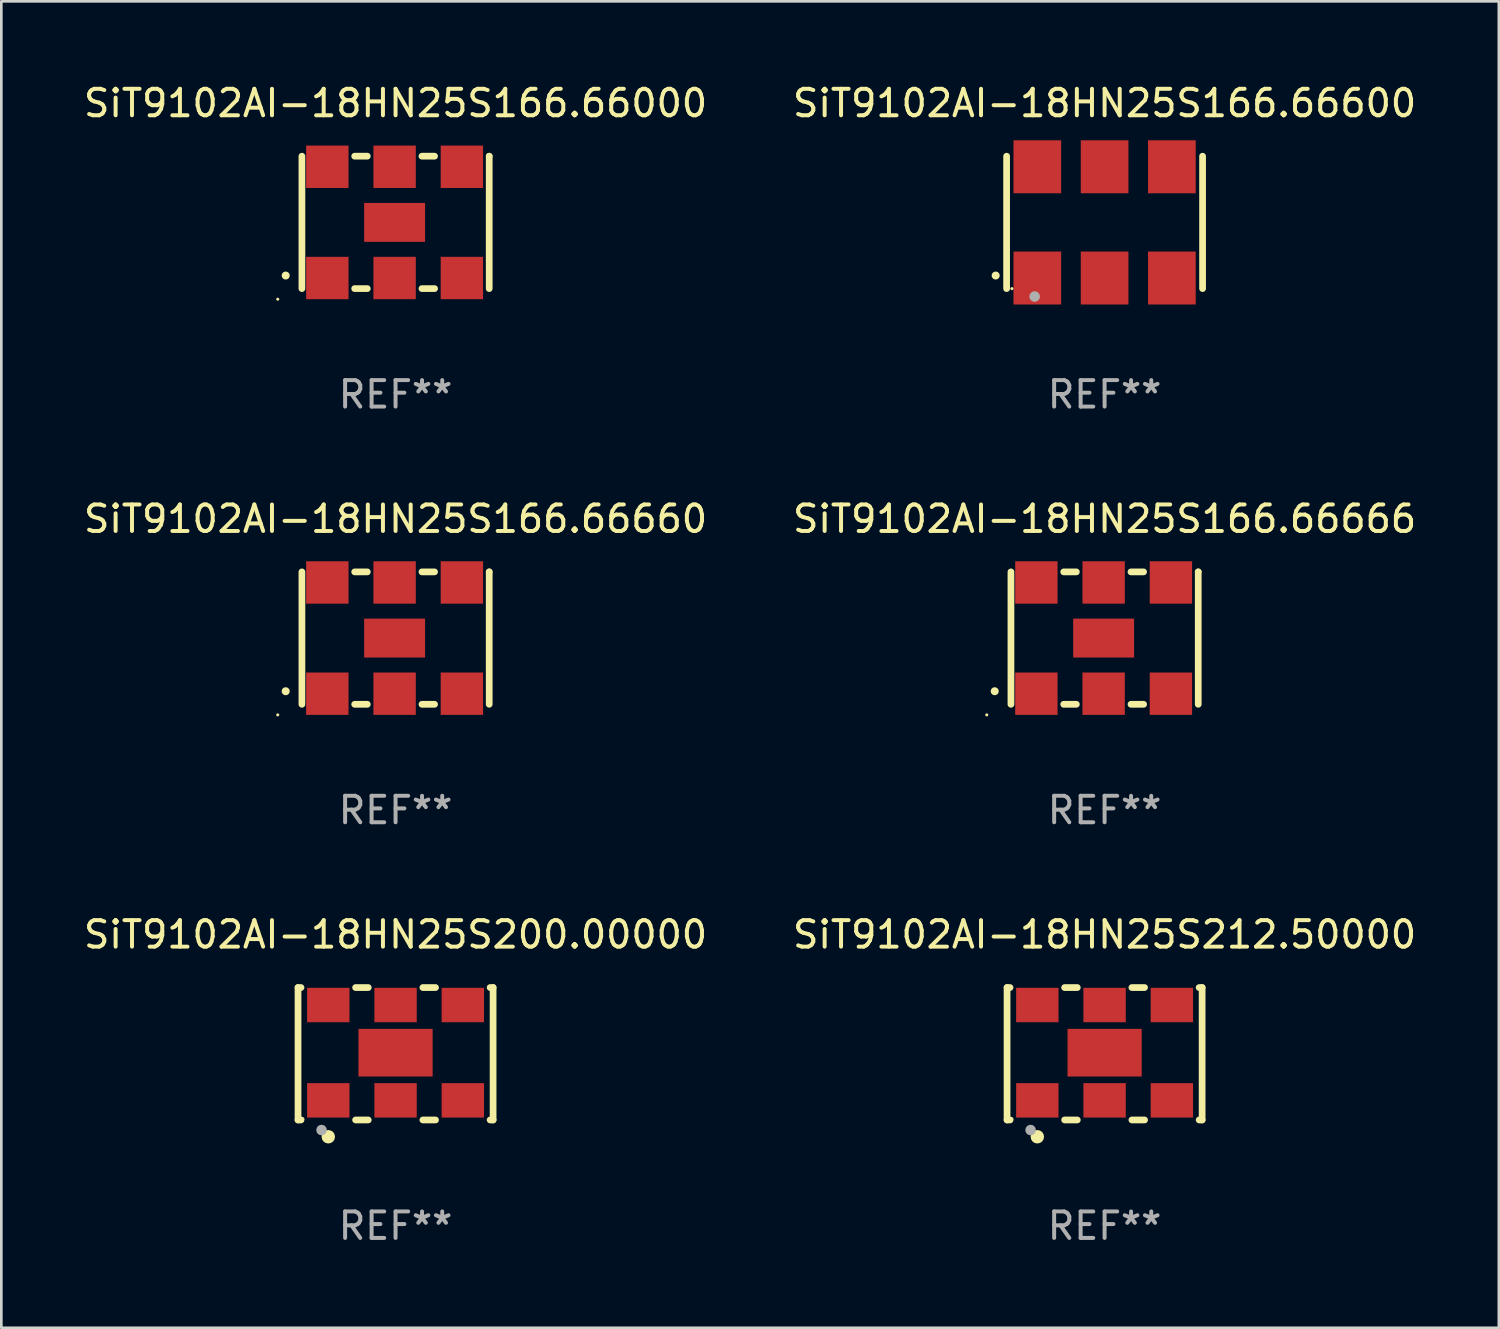
<source format=kicad_pcb>
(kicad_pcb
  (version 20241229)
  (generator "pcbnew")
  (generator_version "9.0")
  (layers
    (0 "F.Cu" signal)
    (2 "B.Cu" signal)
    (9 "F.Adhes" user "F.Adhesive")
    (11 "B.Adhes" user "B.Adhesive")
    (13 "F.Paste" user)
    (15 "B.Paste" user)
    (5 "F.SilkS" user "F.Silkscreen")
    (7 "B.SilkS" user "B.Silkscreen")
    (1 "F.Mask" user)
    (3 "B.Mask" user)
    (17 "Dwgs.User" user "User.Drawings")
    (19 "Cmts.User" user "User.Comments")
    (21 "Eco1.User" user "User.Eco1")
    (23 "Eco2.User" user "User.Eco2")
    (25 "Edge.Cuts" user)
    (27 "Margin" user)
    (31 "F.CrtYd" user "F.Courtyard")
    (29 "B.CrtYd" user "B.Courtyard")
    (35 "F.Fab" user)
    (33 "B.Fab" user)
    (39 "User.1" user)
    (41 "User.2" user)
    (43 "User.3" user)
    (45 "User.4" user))
  (footprint "SiT9102AI-18HN25S200.00000"
    (layer "F.Cu")
    (at 11.887 36.741)
    (property "Reference" "SiT9102AI-18HN25S200.00000" (at 0 -4.5 0) (layer "F.SilkS") (effects (font (size 1 1) (thickness 0.15))))
    (attr through_hole)
    (fp_line (start -3.683 -2.5) (end -3.571 -2.5) (stroke (width 0.254) (type solid)) (layer "F.SilkS"))
    (fp_line (start -3.683 2.5) (end -3.683 -2.5) (stroke (width 0.254) (type solid)) (layer "F.SilkS"))
    (fp_line (start -3.683 2.5) (end -3.571 2.5) (stroke (width 0.254) (type solid)) (layer "F.SilkS"))
    (fp_line (start -1.509 -2.5) (end -1.031 -2.5) (stroke (width 0.254) (type solid)) (layer "F.SilkS"))
    (fp_line (start -1.509 2.5) (end -1.031 2.5) (stroke (width 0.254) (type solid)) (layer "F.SilkS"))
    (fp_line (start 1.031 -2.5) (end 1.509 -2.5) (stroke (width 0.254) (type solid)) (layer "F.SilkS"))
    (fp_line (start 1.031 2.5) (end 1.509 2.5) (stroke (width 0.254) (type solid)) (layer "F.SilkS"))
    (fp_line (start 3.571 -2.5) (end 3.683 -2.5) (stroke (width 0.254) (type solid)) (layer "F.SilkS"))
    (fp_line (start 3.571 2.5) (end 3.683 2.5) (stroke (width 0.254) (type solid)) (layer "F.SilkS"))
    (fp_line (start 3.683 2.5) (end 3.683 -2.5) (stroke (width 0.254) (type solid)) (layer "F.SilkS"))
    (fp_circle (center -3.5 2.46) (end -3.47 2.46) (stroke (width 0.06) (type solid)) (fill no) (layer "F.SilkS"))
    (fp_circle (center -2.54 3.135) (end -2.413 3.135) (stroke (width 0.254) (type solid)) (fill no) (layer "F.SilkS"))
    (fp_circle (center -2.794 2.881) (end -2.694 2.881) (stroke (width 0.2) (type solid)) (fill no) (layer "F.Fab"))
    (fp_text user "REF**" (at 0 6.5 0) (layer "F.Fab") (effects (font (size 1 1) (thickness 0.15))))
    (pad "1" smd rect (at -2.54 1.76) (size 1.6 1.3) (layers "F.Cu" "F.Mask" "F.Paste"))
    (pad "2" smd rect (at 0 1.76) (size 1.6 1.3) (layers "F.Cu" "F.Mask" "F.Paste"))
    (pad "3" smd rect (at 2.54 1.76) (size 1.6 1.3) (layers "F.Cu" "F.Mask" "F.Paste"))
    (pad "4" smd rect (at 2.54 -1.84) (size 1.6 1.3) (layers "F.Cu" "F.Mask" "F.Paste"))
    (pad "5" smd rect (at 0 -1.84) (size 1.6 1.3) (layers "F.Cu" "F.Mask" "F.Paste"))
    (pad "6" smd rect (at -2.54 -1.84) (size 1.6 1.3) (layers "F.Cu" "F.Mask" "F.Paste"))
    (pad "7" smd rect (at 0 -0.04) (size 2.8 1.8) (layers "F.Cu" "F.Mask" "F.Paste")))
  (footprint "SiT9102AI-18HN25S166.66600"
    (layer "F.Cu")
    (at 38.661 5.348)
    (property "Reference" "SiT9102AI-18HN25S166.66600" (at 0 -4.5 0) (layer "F.SilkS") (effects (font (size 1 1) (thickness 0.15))))
    (attr through_hole)
    (fp_line (start -3.7 -2.5) (end -3.7 2.5) (stroke (width 0.254) (type solid)) (layer "F.SilkS"))
    (fp_line (start 3.7 -2.5) (end 3.7 2.5) (stroke (width 0.254) (type solid)) (layer "F.SilkS"))
    (fp_arc (start -4.114415 2.006604) (mid -4.113145 2.006599) (end -4.111875 2.006604) (stroke (width 0.3) (type solid)) (layer "F.SilkS"))
    (fp_circle (center -3.5 2.501) (end -3.47 2.501) (stroke (width 0.06) (type solid)) (fill no) (layer "F.SilkS"))
    (fp_circle (center -2.641 2.799) (end -2.541 2.799) (stroke (width 0.2) (type solid)) (fill no) (layer "F.Fab"))
    (fp_text user "REF**" (at 0 6.5 0) (layer "F.Fab") (effects (font (size 1 1) (thickness 0.15))))
    (pad "1" smd rect (at -2.54 2.1) (size 1.8 2) (layers "F.Cu" "F.Mask" "F.Paste"))
    (pad "2" smd rect (at 0.000394 2.1) (size 1.8 2) (layers "F.Cu" "F.Mask" "F.Paste"))
    (pad "3" smd rect (at 2.54 2.1) (size 1.8 2) (layers "F.Cu" "F.Mask" "F.Paste"))
    (pad "4" smd rect (at 2.54 -2.1) (size 1.8 2) (layers "F.Cu" "F.Mask" "F.Paste"))
    (pad "5" smd rect (at 0.000394 -2.1) (size 1.8 2) (layers "F.Cu" "F.Mask" "F.Paste"))
    (pad "6" smd rect (at -2.54 -2.1) (size 1.8 2) (layers "F.Cu" "F.Mask" "F.Paste")))
  (footprint "SiT9102AI-18HN25S166.66660"
    (layer "F.Cu")
    (at 11.887 21.045)
    (property "Reference" "SiT9102AI-18HN25S166.66660" (at 0 -4.5 0) (layer "F.SilkS") (effects (font (size 1 1) (thickness 0.15))))
    (attr through_hole)
    (fp_line (start -3.536 -2.5) (end -3.536 2.5) (stroke (width 0.254) (type solid)) (layer "F.SilkS"))
    (fp_line (start -1.544 2.5) (end -1.067 2.5) (stroke (width 0.254) (type solid)) (layer "F.SilkS"))
    (fp_line (start -1.067 -2.5) (end -1.544 -2.5) (stroke (width 0.254) (type solid)) (layer "F.SilkS"))
    (fp_line (start 0.996 2.5) (end 1.473 2.5) (stroke (width 0.254) (type solid)) (layer "F.SilkS"))
    (fp_line (start 1.473 -2.5) (end 0.996 -2.5) (stroke (width 0.254) (type solid)) (layer "F.SilkS"))
    (fp_line (start 3.536 -2.5) (end 3.536 -2.5) (stroke (width 0.254) (type solid)) (layer "F.SilkS"))
    (fp_line (start 3.536 2.5) (end 3.536 -2.5) (stroke (width 0.254) (type solid)) (layer "F.SilkS"))
    (fp_arc (start -4.150432 2.006604) (mid -4.149162 2.006599) (end -4.147892 2.006604) (stroke (width 0.3) (type solid)) (layer "F.SilkS"))
    (fp_circle (center -4.449 2.9) (end -4.419 2.9) (stroke (width 0.06) (type solid)) (fill no) (layer "F.SilkS"))
    (fp_text user "REF**" (at 0 6.5 0) (layer "F.Fab") (effects (font (size 1 1) (thickness 0.15))))
    (pad "1" smd rect (at -2.576 2.1) (size 1.6 1.6) (layers "F.Cu" "F.Mask" "F.Paste"))
    (pad "2" smd rect (at -0.036 2.1) (size 1.6 1.6) (layers "F.Cu" "F.Mask" "F.Paste"))
    (pad "3" smd rect (at 2.504 2.1) (size 1.6 1.6) (layers "F.Cu" "F.Mask" "F.Paste"))
    (pad "4" smd rect (at 2.504 -2.1) (size 1.6 1.6) (layers "F.Cu" "F.Mask" "F.Paste"))
    (pad "5" smd rect (at -0.036 -2.1) (size 1.6 1.6) (layers "F.Cu" "F.Mask" "F.Paste"))
    (pad "6" smd rect (at -2.576 -2.1) (size 1.6 1.6) (layers "F.Cu" "F.Mask" "F.Paste"))
    (pad "7" smd rect (at -0.036 0) (size 2.3 1.47) (layers "F.Cu" "F.Mask" "F.Paste")))
  (footprint "SiT9102AI-18HN25S166.66666"
    (layer "F.Cu")
    (at 38.661 21.045)
    (property "Reference" "SiT9102AI-18HN25S166.66666" (at 0 -4.5 0) (layer "F.SilkS") (effects (font (size 1 1) (thickness 0.15))))
    (attr through_hole)
    (fp_line (start -3.536 -2.5) (end -3.536 2.5) (stroke (width 0.254) (type solid)) (layer "F.SilkS"))
    (fp_line (start -1.544 2.5) (end -1.067 2.5) (stroke (width 0.254) (type solid)) (layer "F.SilkS"))
    (fp_line (start -1.067 -2.5) (end -1.544 -2.5) (stroke (width 0.254) (type solid)) (layer "F.SilkS"))
    (fp_line (start 0.996 2.5) (end 1.473 2.5) (stroke (width 0.254) (type solid)) (layer "F.SilkS"))
    (fp_line (start 1.473 -2.5) (end 0.996 -2.5) (stroke (width 0.254) (type solid)) (layer "F.SilkS"))
    (fp_line (start 3.536 -2.5) (end 3.536 -2.5) (stroke (width 0.254) (type solid)) (layer "F.SilkS"))
    (fp_line (start 3.536 2.5) (end 3.536 -2.5) (stroke (width 0.254) (type solid)) (layer "F.SilkS"))
    (fp_arc (start -4.150432 2.006604) (mid -4.149162 2.006599) (end -4.147892 2.006604) (stroke (width 0.3) (type solid)) (layer "F.SilkS"))
    (fp_circle (center -4.449 2.9) (end -4.419 2.9) (stroke (width 0.06) (type solid)) (fill no) (layer "F.SilkS"))
    (fp_text user "REF**" (at 0 6.5 0) (layer "F.Fab") (effects (font (size 1 1) (thickness 0.15))))
    (pad "1" smd rect (at -2.576 2.1) (size 1.6 1.6) (layers "F.Cu" "F.Mask" "F.Paste"))
    (pad "2" smd rect (at -0.036 2.1) (size 1.6 1.6) (layers "F.Cu" "F.Mask" "F.Paste"))
    (pad "3" smd rect (at 2.504 2.1) (size 1.6 1.6) (layers "F.Cu" "F.Mask" "F.Paste"))
    (pad "4" smd rect (at 2.504 -2.1) (size 1.6 1.6) (layers "F.Cu" "F.Mask" "F.Paste"))
    (pad "5" smd rect (at -0.036 -2.1) (size 1.6 1.6) (layers "F.Cu" "F.Mask" "F.Paste"))
    (pad "6" smd rect (at -2.576 -2.1) (size 1.6 1.6) (layers "F.Cu" "F.Mask" "F.Paste"))
    (pad "7" smd rect (at -0.036 0) (size 2.3 1.47) (layers "F.Cu" "F.Mask" "F.Paste")))
  (footprint "SiT9102AI-18HN25S166.66000"
    (layer "F.Cu")
    (at 11.887 5.348)
    (property "Reference" "SiT9102AI-18HN25S166.66000" (at 0 -4.5 0) (layer "F.SilkS") (effects (font (size 1 1) (thickness 0.15))))
    (attr through_hole)
    (fp_line (start -3.536 -2.5) (end -3.536 2.5) (stroke (width 0.254) (type solid)) (layer "F.SilkS"))
    (fp_line (start -1.544 2.5) (end -1.067 2.5) (stroke (width 0.254) (type solid)) (layer "F.SilkS"))
    (fp_line (start -1.067 -2.5) (end -1.544 -2.5) (stroke (width 0.254) (type solid)) (layer "F.SilkS"))
    (fp_line (start 0.996 2.5) (end 1.473 2.5) (stroke (width 0.254) (type solid)) (layer "F.SilkS"))
    (fp_line (start 1.473 -2.5) (end 0.996 -2.5) (stroke (width 0.254) (type solid)) (layer "F.SilkS"))
    (fp_line (start 3.536 -2.5) (end 3.536 -2.5) (stroke (width 0.254) (type solid)) (layer "F.SilkS"))
    (fp_line (start 3.536 2.5) (end 3.536 -2.5) (stroke (width 0.254) (type solid)) (layer "F.SilkS"))
    (fp_arc (start -4.150432 2.006604) (mid -4.149162 2.006599) (end -4.147892 2.006604) (stroke (width 0.3) (type solid)) (layer "F.SilkS"))
    (fp_circle (center -4.449 2.9) (end -4.419 2.9) (stroke (width 0.06) (type solid)) (fill no) (layer "F.SilkS"))
    (fp_text user "REF**" (at 0 6.5 0) (layer "F.Fab") (effects (font (size 1 1) (thickness 0.15))))
    (pad "1" smd rect (at -2.576 2.1) (size 1.6 1.6) (layers "F.Cu" "F.Mask" "F.Paste"))
    (pad "2" smd rect (at -0.036 2.1) (size 1.6 1.6) (layers "F.Cu" "F.Mask" "F.Paste"))
    (pad "3" smd rect (at 2.504 2.1) (size 1.6 1.6) (layers "F.Cu" "F.Mask" "F.Paste"))
    (pad "4" smd rect (at 2.504 -2.1) (size 1.6 1.6) (layers "F.Cu" "F.Mask" "F.Paste"))
    (pad "5" smd rect (at -0.036 -2.1) (size 1.6 1.6) (layers "F.Cu" "F.Mask" "F.Paste"))
    (pad "6" smd rect (at -2.576 -2.1) (size 1.6 1.6) (layers "F.Cu" "F.Mask" "F.Paste"))
    (pad "7" smd rect (at -0.036 0) (size 2.3 1.47) (layers "F.Cu" "F.Mask" "F.Paste")))
  (footprint "SiT9102AI-18HN25S212.50000"
    (layer "F.Cu")
    (at 38.661 36.741)
    (property "Reference" "SiT9102AI-18HN25S212.50000" (at 0 -4.5 0) (layer "F.SilkS") (effects (font (size 1 1) (thickness 0.15))))
    (attr through_hole)
    (fp_line (start -3.683 -2.5) (end -3.571 -2.5) (stroke (width 0.254) (type solid)) (layer "F.SilkS"))
    (fp_line (start -3.683 2.5) (end -3.683 -2.5) (stroke (width 0.254) (type solid)) (layer "F.SilkS"))
    (fp_line (start -3.683 2.5) (end -3.571 2.5) (stroke (width 0.254) (type solid)) (layer "F.SilkS"))
    (fp_line (start -1.509 -2.5) (end -1.031 -2.5) (stroke (width 0.254) (type solid)) (layer "F.SilkS"))
    (fp_line (start -1.509 2.5) (end -1.031 2.5) (stroke (width 0.254) (type solid)) (layer "F.SilkS"))
    (fp_line (start 1.031 -2.5) (end 1.509 -2.5) (stroke (width 0.254) (type solid)) (layer "F.SilkS"))
    (fp_line (start 1.031 2.5) (end 1.509 2.5) (stroke (width 0.254) (type solid)) (layer "F.SilkS"))
    (fp_line (start 3.571 -2.5) (end 3.683 -2.5) (stroke (width 0.254) (type solid)) (layer "F.SilkS"))
    (fp_line (start 3.571 2.5) (end 3.683 2.5) (stroke (width 0.254) (type solid)) (layer "F.SilkS"))
    (fp_line (start 3.683 2.5) (end 3.683 -2.5) (stroke (width 0.254) (type solid)) (layer "F.SilkS"))
    (fp_circle (center -3.5 2.46) (end -3.47 2.46) (stroke (width 0.06) (type solid)) (fill no) (layer "F.SilkS"))
    (fp_circle (center -2.54 3.135) (end -2.413 3.135) (stroke (width 0.254) (type solid)) (fill no) (layer "F.SilkS"))
    (fp_circle (center -2.794 2.881) (end -2.694 2.881) (stroke (width 0.2) (type solid)) (fill no) (layer "F.Fab"))
    (fp_text user "REF**" (at 0 6.5 0) (layer "F.Fab") (effects (font (size 1 1) (thickness 0.15))))
    (pad "1" smd rect (at -2.54 1.76) (size 1.6 1.3) (layers "F.Cu" "F.Mask" "F.Paste"))
    (pad "2" smd rect (at 0 1.76) (size 1.6 1.3) (layers "F.Cu" "F.Mask" "F.Paste"))
    (pad "3" smd rect (at 2.54 1.76) (size 1.6 1.3) (layers "F.Cu" "F.Mask" "F.Paste"))
    (pad "4" smd rect (at 2.54 -1.84) (size 1.6 1.3) (layers "F.Cu" "F.Mask" "F.Paste"))
    (pad "5" smd rect (at 0 -1.84) (size 1.6 1.3) (layers "F.Cu" "F.Mask" "F.Paste"))
    (pad "6" smd rect (at -2.54 -1.84) (size 1.6 1.3) (layers "F.Cu" "F.Mask" "F.Paste"))
    (pad "7" smd rect (at 0 -0.04) (size 2.8 1.8) (layers "F.Cu" "F.Mask" "F.Paste")))
  (gr_rect
    (start -3 -3)
    (end 53.548 47.09)
    (stroke (width 0.1) (type default))
    (fill no)
    (layer "Edge.Cuts")))
</source>
